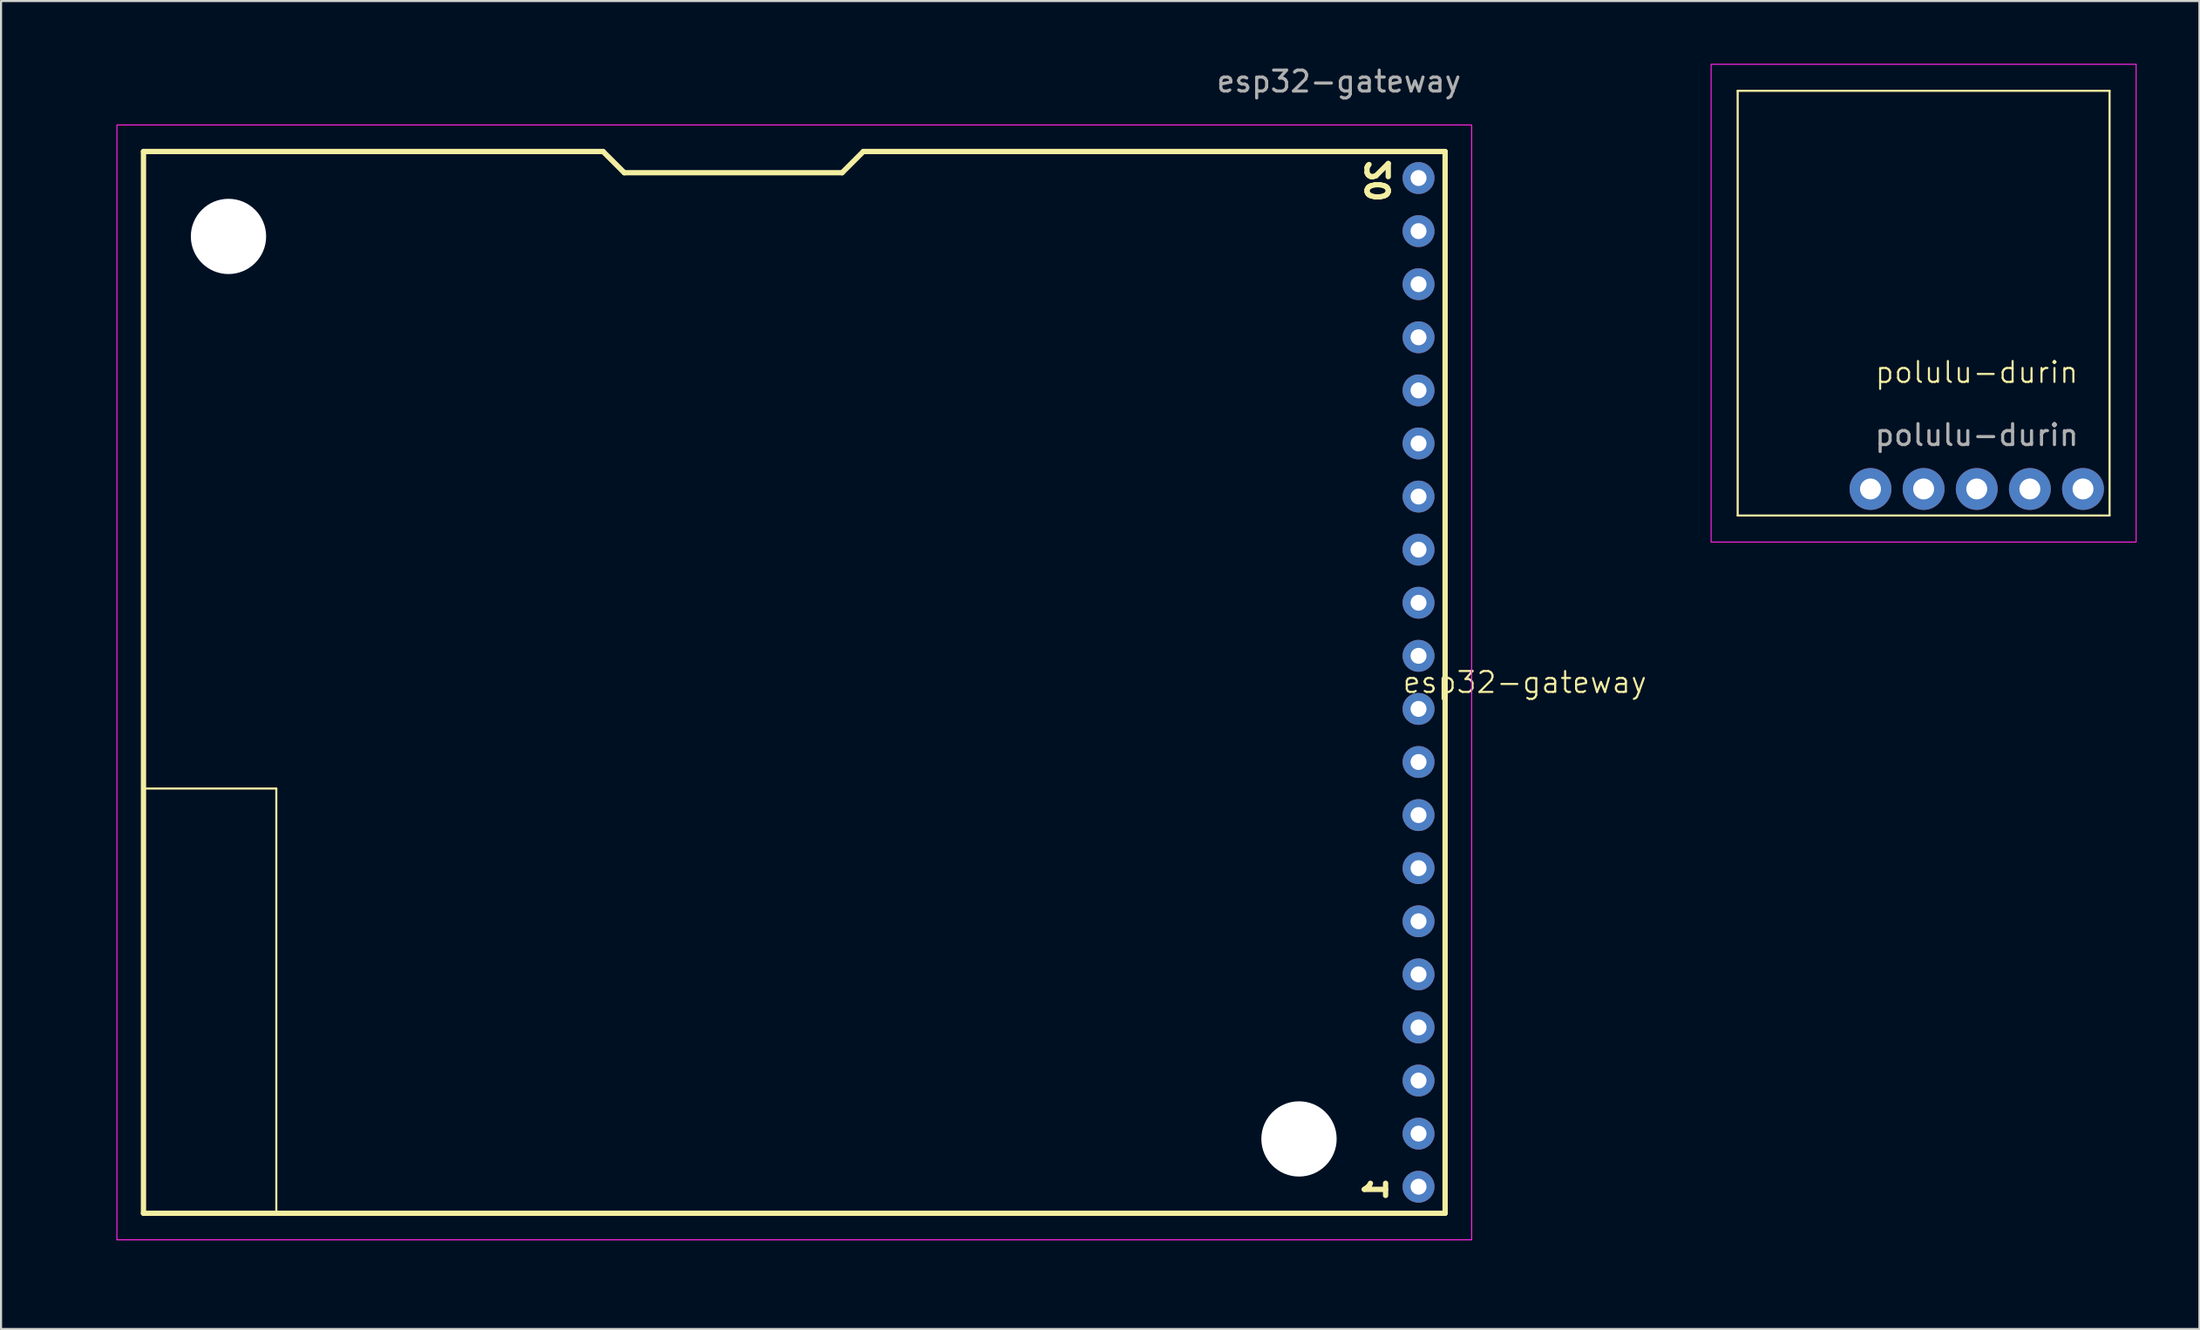
<source format=kicad_pcb>
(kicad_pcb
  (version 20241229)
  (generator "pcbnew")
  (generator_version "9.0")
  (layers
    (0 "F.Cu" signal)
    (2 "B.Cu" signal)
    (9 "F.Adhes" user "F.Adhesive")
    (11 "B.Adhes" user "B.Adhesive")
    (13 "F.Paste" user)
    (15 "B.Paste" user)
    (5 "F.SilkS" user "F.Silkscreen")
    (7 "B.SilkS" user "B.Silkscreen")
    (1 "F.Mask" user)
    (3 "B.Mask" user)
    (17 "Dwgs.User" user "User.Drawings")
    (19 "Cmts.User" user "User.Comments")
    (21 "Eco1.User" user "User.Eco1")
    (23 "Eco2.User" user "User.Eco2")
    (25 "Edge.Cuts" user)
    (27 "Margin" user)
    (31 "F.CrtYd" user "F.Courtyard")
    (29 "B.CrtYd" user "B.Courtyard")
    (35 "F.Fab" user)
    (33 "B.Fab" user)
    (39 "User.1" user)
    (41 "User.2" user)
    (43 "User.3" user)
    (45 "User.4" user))
  (footprint "esp32-gateway"
    (layer "F.Cu")
    (at 3.81 4.198)
    (property "Reference" "esp32-gateway" (at 66.04 25.4 0) (unlocked yes) (layer "F.SilkS") (effects (font (size 1 1) (thickness 0.1))))
    (attr through_hole)
    (fp_line (start 0 0) (end 0 50.8) (stroke (width 0.254) (type solid)) (layer "F.SilkS"))
    (fp_line (start 0 0) (end 21.971 0) (stroke (width 0.254) (type solid)) (layer "F.SilkS"))
    (fp_line (start 0 50.8) (end 62.23 50.8) (stroke (width 0.254) (type solid)) (layer "F.SilkS"))
    (fp_line (start 6.35 30.48) (end 0 30.48) (stroke (width 0.1) (type default)) (layer "F.SilkS"))
    (fp_line (start 6.35 50.8) (end 6.35 30.48) (stroke (width 0.1) (type default)) (layer "F.SilkS"))
    (fp_line (start 21.971 0) (end 22.987 1.016) (stroke (width 0.254) (type solid)) (layer "F.SilkS"))
    (fp_line (start 22.987 1.016) (end 33.401 1.016) (stroke (width 0.254) (type solid)) (layer "F.SilkS"))
    (fp_line (start 33.401 1.016) (end 34.417 0) (stroke (width 0.254) (type solid)) (layer "F.SilkS"))
    (fp_line (start 34.417 0) (end 62.23 0) (stroke (width 0.254) (type solid)) (layer "F.SilkS"))
    (fp_line (start 62.23 50.8) (end 62.23 0) (stroke (width 0.254) (type solid)) (layer "F.SilkS"))
    (fp_rect (start -1.27 -1.27) (end 63.5 52.07) (stroke (width 0.05) (type default)) (fill no) (layer "F.CrtYd"))
    (fp_text user "1" (at 58.928 49.657 90) (unlocked yes) (layer "F.SilkS") (effects (font (size 1.016 1.016) (thickness 0.254)) (justify mirror)))
    (fp_text user "20" (at 59.055 1.397 90) (unlocked yes) (layer "F.SilkS") (effects (font (size 1.016 1.016) (thickness 0.254)) (justify mirror)))
    (fp_text user "${REFERENCE}" (at 57.15 -3.35 0) (unlocked yes) (layer "F.Fab") (effects (font (size 1 1) (thickness 0.15))))
    (pad "" np_thru_hole circle (at 4.064 4.064) (size 3.6 3.6) (drill 3.6) (layers "*.Cu" "*.Mask"))
    (pad "" np_thru_hole circle (at 55.245 47.244 90) (size 3.6 3.6) (drill 3.6) (layers "*.Cu" "*.Mask"))
    (pad "1" thru_hole circle (at 60.96 49.53) (size 1.524 1.524) (drill 0.762) (layers "*.Cu" "*.Mask"))
    (pad "2" thru_hole circle (at 60.96 46.99) (size 1.524 1.524) (drill 0.762) (layers "*.Cu" "*.Mask"))
    (pad "3" thru_hole circle (at 60.96 44.45) (size 1.524 1.524) (drill 0.762) (layers "*.Cu" "*.Mask"))
    (pad "4" thru_hole circle (at 60.96 41.91) (size 1.524 1.524) (drill 0.762) (layers "*.Cu" "*.Mask"))
    (pad "5" thru_hole circle (at 60.96 39.37) (size 1.524 1.524) (drill 0.762) (layers "*.Cu" "*.Mask"))
    (pad "6" thru_hole circle (at 60.96 36.83) (size 1.524 1.524) (drill 0.762) (layers "*.Cu" "*.Mask"))
    (pad "7" thru_hole circle (at 60.96 34.29) (size 1.524 1.524) (drill 0.762) (layers "*.Cu" "*.Mask"))
    (pad "8" thru_hole circle (at 60.96 31.75) (size 1.524 1.524) (drill 0.762) (layers "*.Cu" "*.Mask"))
    (pad "9" thru_hole circle (at 60.96 29.21) (size 1.524 1.524) (drill 0.762) (layers "*.Cu" "*.Mask"))
    (pad "10" thru_hole circle (at 60.96 26.67) (size 1.524 1.524) (drill 0.762) (layers "*.Cu" "*.Mask"))
    (pad "11" thru_hole circle (at 60.96 24.13) (size 1.524 1.524) (drill 0.762) (layers "*.Cu" "*.Mask"))
    (pad "12" thru_hole circle (at 60.96 21.59) (size 1.524 1.524) (drill 0.762) (layers "*.Cu" "*.Mask"))
    (pad "13" thru_hole circle (at 60.96 19.05) (size 1.524 1.524) (drill 0.762) (layers "*.Cu" "*.Mask"))
    (pad "14" thru_hole circle (at 60.96 16.51) (size 1.524 1.524) (drill 0.762) (layers "*.Cu" "*.Mask"))
    (pad "15" thru_hole circle (at 60.96 13.97) (size 1.524 1.524) (drill 0.762) (layers "*.Cu" "*.Mask"))
    (pad "16" thru_hole circle (at 60.96 11.43) (size 1.524 1.524) (drill 0.762) (layers "*.Cu" "*.Mask"))
    (pad "17" thru_hole circle (at 60.96 8.89) (size 1.524 1.524) (drill 0.762) (layers "*.Cu" "*.Mask"))
    (pad "18" thru_hole circle (at 60.96 6.35) (size 1.524 1.524) (drill 0.762) (layers "*.Cu" "*.Mask"))
    (pad "19" thru_hole circle (at 60.96 3.81) (size 1.524 1.524) (drill 0.762) (layers "*.Cu" "*.Mask"))
    (pad "20" thru_hole circle (at 60.96 1.27) (size 1.524 1.524) (drill 0.762) (layers "*.Cu" "*.Mask"))
    (zone (net_name "") (layers "F.Cu" "B.Cu") (hatch edge 0.5) (connect_pads) (min_thickness 0.25) (filled_areas_thickness no) (keepout (tracks not_allowed) (vias not_allowed) (pads not_allowed) (copperpour not_allowed) (footprints allowed)) (placement (enabled no)) (fill) (polygon (pts (xy 13.97 32.138) (xy 13.97 57.538) (xy 0 57.538) (xy 0 32.138)))))
  (footprint "polulu-durin"
    (layer "F.Cu")
    (at 91.458 15.265)
    (property "Reference" "polulu-durin" (at 0 -0.5 0) (unlocked yes) (layer "F.SilkS") (effects (font (size 1 1) (thickness 0.1))))
    (attr smd)
    (fp_line (start -11.43 -13.97) (end 6.35 -13.97) (stroke (width 0.1) (type default)) (layer "F.SilkS"))
    (fp_line (start -11.43 6.35) (end -11.43 -13.97) (stroke (width 0.1) (type default)) (layer "F.SilkS"))
    (fp_line (start -11.43 6.35) (end 6.35 6.35) (stroke (width 0.1) (type default)) (layer "F.SilkS"))
    (fp_line (start 6.35 -13.97) (end 6.35 6.35) (stroke (width 0.1) (type default)) (layer "F.SilkS"))
    (fp_rect (start 7.62 7.62) (end -12.7 -15.24) (stroke (width 0.05) (type default)) (fill no) (layer "F.CrtYd"))
    (fp_text user "${REFERENCE}" (at 0 2.5 0) (unlocked yes) (layer "F.Fab") (effects (font (size 1 1) (thickness 0.15))))
    (pad "1" thru_hole circle (at -5.08 5.08) (size 2 2) (drill 1) (layers "*.Cu" "*.Mask"))
    (pad "2" thru_hole circle (at -2.54 5.08) (size 2 2) (drill 1) (layers "*.Cu" "*.Mask"))
    (pad "3" thru_hole circle (at 0 5.08) (size 2 2) (drill 1) (layers "*.Cu" "*.Mask"))
    (pad "4" thru_hole circle (at 2.54 5.08) (size 2 2) (drill 1) (layers "*.Cu" "*.Mask"))
    (pad "5" thru_hole circle (at 5.08 5.08) (size 2 2) (drill 1) (layers "*.Cu" "*.Mask")))
  (gr_rect
    (start -3 -3)
    (end 102.103 60.538)
    (stroke (width 0.1) (type default))
    (fill no)
    (layer "Edge.Cuts")))
</source>
